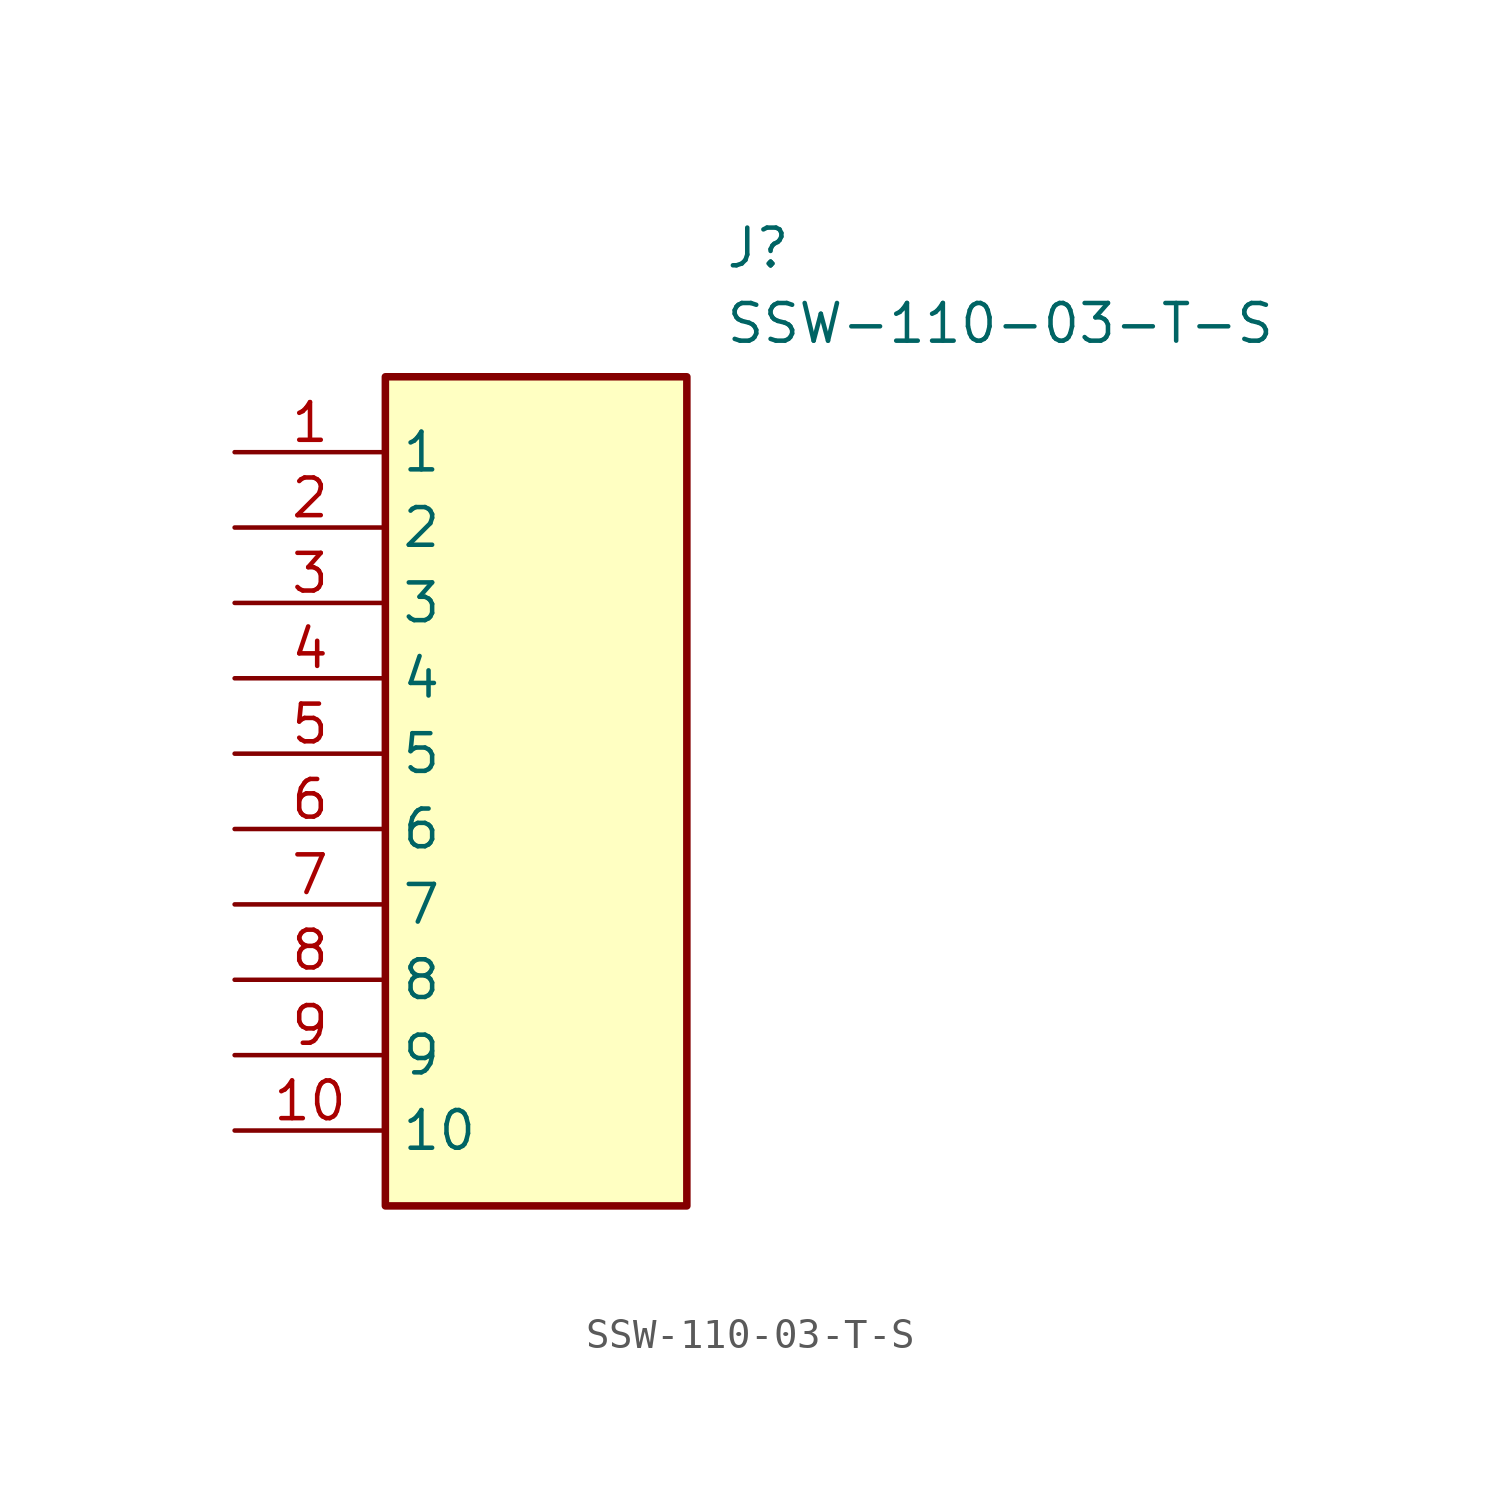
<source format=kicad_sym>
(kicad_symbol_lib
  (version 20211014)
  (generator SamacSys_ECAD_Model)
  (symbol "SSW-110-03-T-S"
    (property "Reference" "J"
      (at 16.51 7.62 0)
      (effects (font (size 1.27 1.27)) (justify left top)))
    (property "Value" "SSW-110-03-T-S"
      (at 16.51 5.08 0)
      (effects (font (size 1.27 1.27)) (justify left top)))
    (rectangle
      (start 5.08 2.54)
      (end 15.24 -25.4)
      (stroke (width 0.254) (type default))
      (fill (type background)))
    (pin passive line
      (at 0 0 0)
      (length 5.08)
      (name "1" (effects (font (size 1.27 1.27))))
      (number "1" (effects (font (size 1.27 1.27)))))
    (pin passive line
      (at 0 -2.54 0)
      (length 5.08)
      (name "2" (effects (font (size 1.27 1.27))))
      (number "2" (effects (font (size 1.27 1.27)))))
    (pin passive line
      (at 0 -5.08 0)
      (length 5.08)
      (name "3" (effects (font (size 1.27 1.27))))
      (number "3" (effects (font (size 1.27 1.27)))))
    (pin passive line
      (at 0 -7.62 0)
      (length 5.08)
      (name "4" (effects (font (size 1.27 1.27))))
      (number "4" (effects (font (size 1.27 1.27)))))
    (pin passive line
      (at 0 -10.16 0)
      (length 5.08)
      (name "5" (effects (font (size 1.27 1.27))))
      (number "5" (effects (font (size 1.27 1.27)))))
    (pin passive line
      (at 0 -12.7 0)
      (length 5.08)
      (name "6" (effects (font (size 1.27 1.27))))
      (number "6" (effects (font (size 1.27 1.27)))))
    (pin passive line
      (at 0 -15.24 0)
      (length 5.08)
      (name "7" (effects (font (size 1.27 1.27))))
      (number "7" (effects (font (size 1.27 1.27)))))
    (pin passive line
      (at 0 -17.78 0)
      (length 5.08)
      (name "8" (effects (font (size 1.27 1.27))))
      (number "8" (effects (font (size 1.27 1.27)))))
    (pin passive line
      (at 0 -20.32 0)
      (length 5.08)
      (name "9" (effects (font (size 1.27 1.27))))
      (number "9" (effects (font (size 1.27 1.27)))))
    (pin passive line
      (at 0 -22.86 0)
      (length 5.08)
      (name "10" (effects (font (size 1.27 1.27))))
      (number "10" (effects (font (size 1.27 1.27)))))))
</source>
